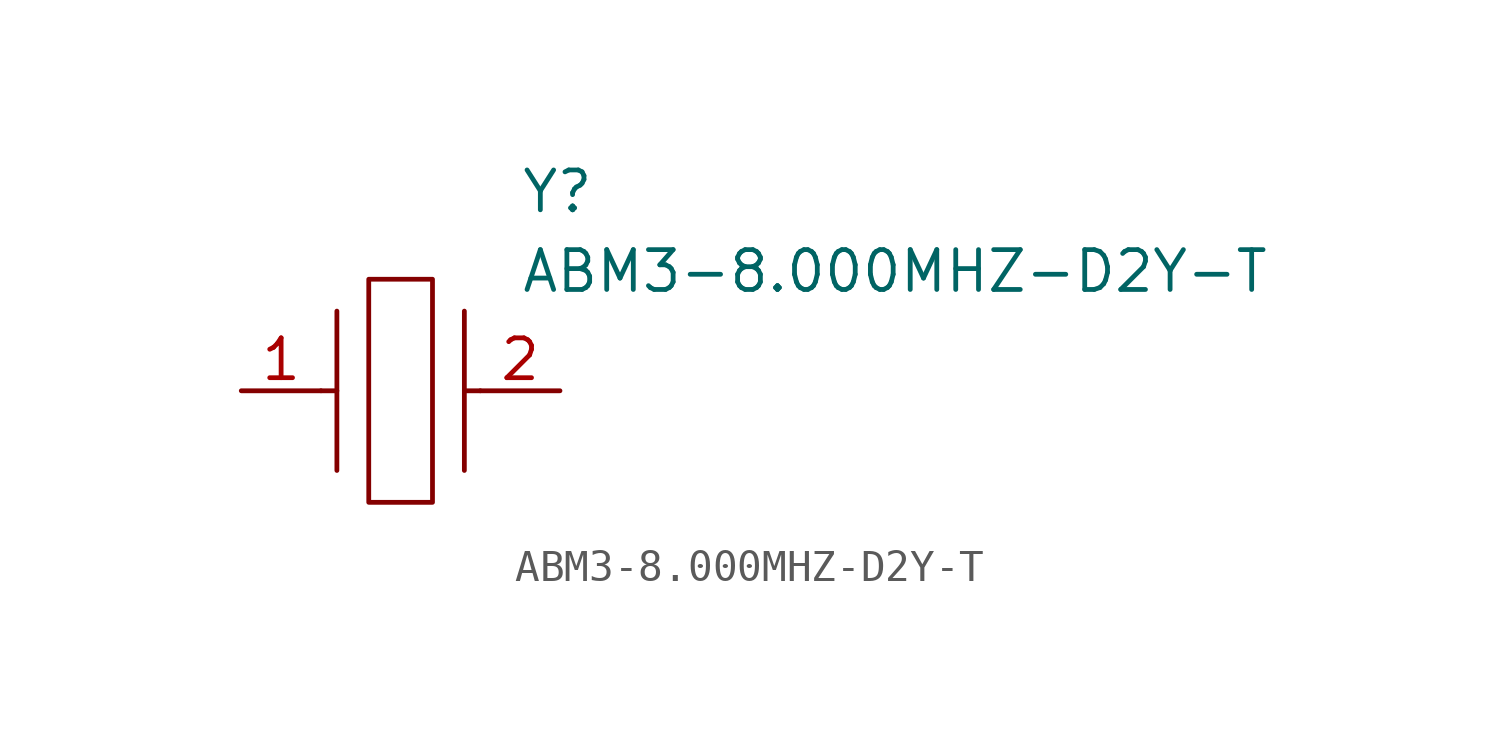
<source format=kicad_sym>
(kicad_symbol_lib
  (version 20220914)
  (generator kicad_symbol_editor)
  (symbol "ABM3-8.000MHZ-D2Y-T"
    (pin_names
      (offset 0.762))
    (property "Reference" "Y"
      (at 8.89 6.35 0)
      (effects (font (size 1.27 1.27)) (justify left)))
    (property "Value" "ABM3-8.000MHZ-D2Y-T"
      (at 8.89 3.81 0)
      (effects (font (size 1.27 1.27)) (justify left)))
    (symbol "ABM3-8.000MHZ-D2Y-T_0_0"
      (pin passive line (at 0 0 0) (length 2.54) (name "~" (effects (font (size 1.27 1.27)))) (number "1" (effects (font (size 1.27 1.27)))))
      (pin passive line (at 10.16 0 180) (length 2.54) (name "~" (effects (font (size 1.27 1.27)))) (number "2" (effects (font (size 1.27 1.27))))))
    (symbol "ABM3-8.000MHZ-D2Y-T_0_1"
      (polyline (pts (xy 3.048 0) (xy 2.54 0)) (stroke (width 0.152) (type solid)) (fill (type none)))
      (polyline (pts (xy 3.048 2.54) (xy 3.048 -2.54)) (stroke (width 0.152) (type solid)) (fill (type none)))
      (polyline (pts (xy 7.112 0) (xy 7.62 0)) (stroke (width 0.152) (type solid)) (fill (type none)))
      (polyline (pts (xy 7.112 2.54) (xy 7.112 -2.54)) (stroke (width 0.152) (type solid)) (fill (type none)))
      (polyline (pts (xy 4.064 3.556) (xy 4.064 -3.556) (xy 6.096 -3.556) (xy 6.096 3.556) (xy 4.064 3.556)) (stroke (width 0.152) (type solid)) (fill (type none))))))
</source>
